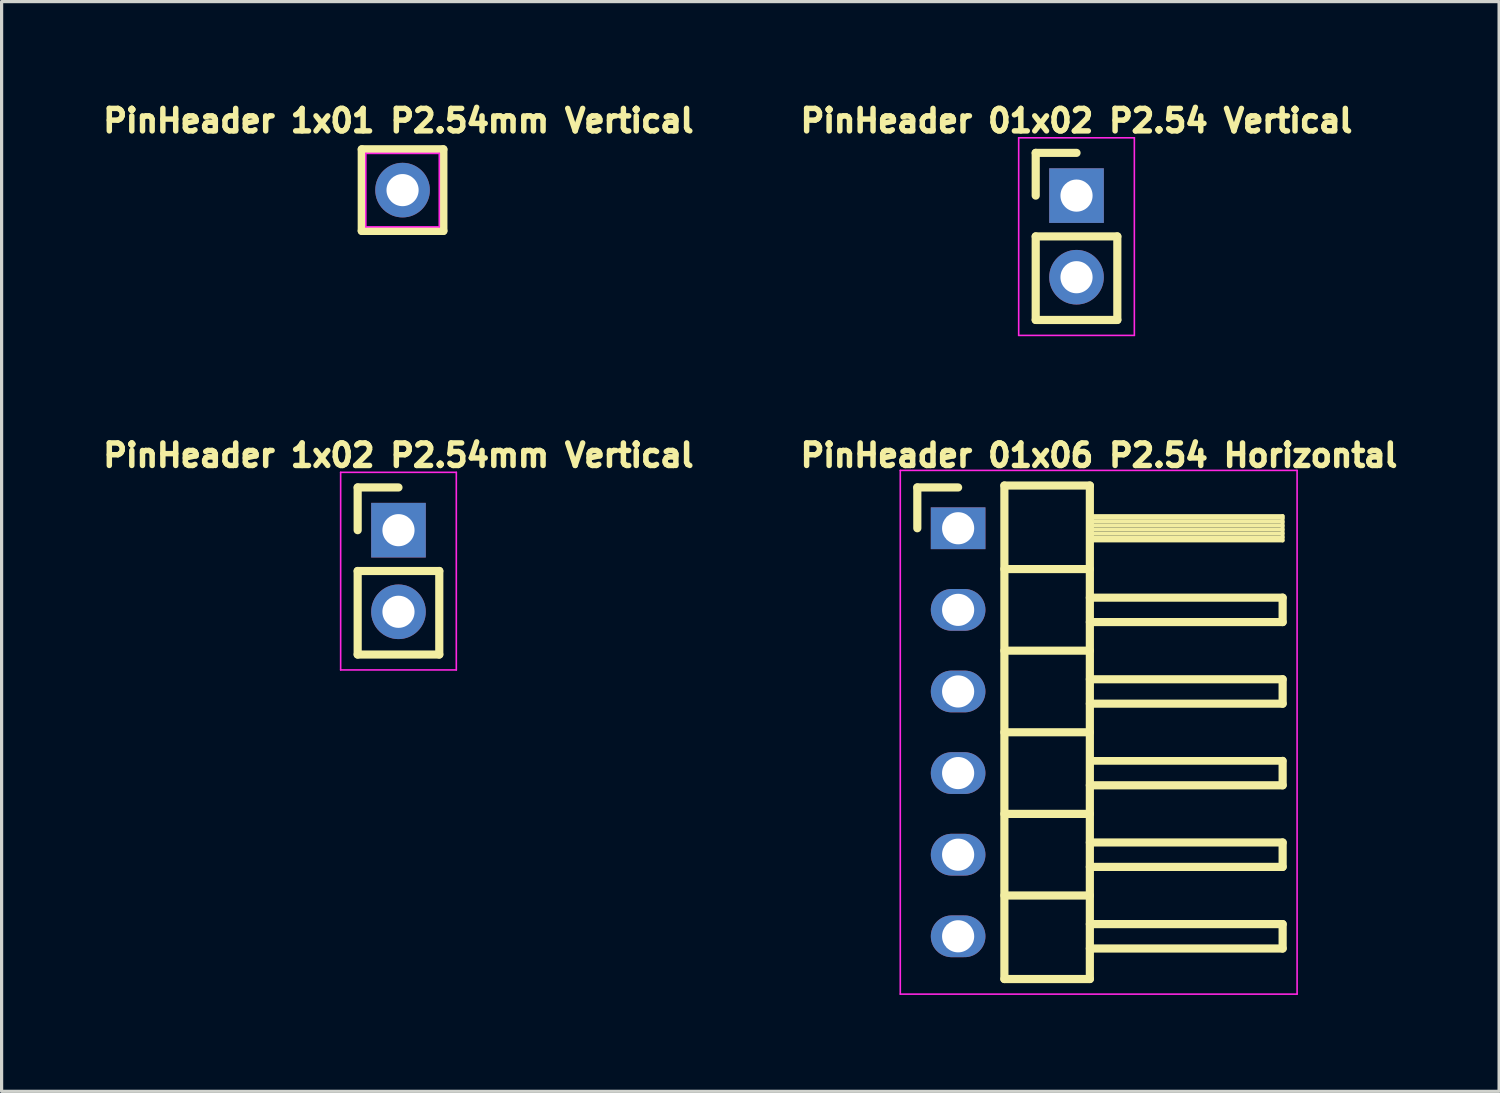
<source format=kicad_pcb>
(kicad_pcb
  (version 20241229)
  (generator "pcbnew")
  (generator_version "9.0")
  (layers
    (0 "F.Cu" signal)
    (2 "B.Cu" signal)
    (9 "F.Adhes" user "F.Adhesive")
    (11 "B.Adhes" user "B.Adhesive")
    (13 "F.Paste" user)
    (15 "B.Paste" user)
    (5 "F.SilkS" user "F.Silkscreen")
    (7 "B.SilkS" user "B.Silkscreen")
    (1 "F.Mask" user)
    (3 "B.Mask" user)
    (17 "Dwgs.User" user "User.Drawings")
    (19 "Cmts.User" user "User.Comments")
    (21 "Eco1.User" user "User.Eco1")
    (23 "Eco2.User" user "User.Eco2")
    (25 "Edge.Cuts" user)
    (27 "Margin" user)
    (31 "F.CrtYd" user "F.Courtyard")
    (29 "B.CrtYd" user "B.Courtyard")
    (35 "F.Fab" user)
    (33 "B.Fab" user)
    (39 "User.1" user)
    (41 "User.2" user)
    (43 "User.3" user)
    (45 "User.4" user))
  (footprint "PinHeader 1x02 P2.54mm Vertical"
    (layer "F.Cu")
    (at 9.352 14.721)
    (property "Reference" "PinHeader 1x02 P2.54mm Vertical" (at 0 -3.6 0) (layer "F.SilkS") (effects (font (size 0.7 0.7) (thickness 0.17))))
    (attr through_hole)
    (fp_line (start -1.27 -2.6) (end 0 -2.6) (stroke (width 0.254) (type solid)) (layer "F.SilkS"))
    (fp_line (start -1.27 -1.27) (end -1.27 -2.6) (stroke (width 0.254) (type solid)) (layer "F.SilkS"))
    (fp_line (start -1.27 0) (end -1.27 2.6) (stroke (width 0.254) (type solid)) (layer "F.SilkS"))
    (fp_line (start -1.27 0) (end 1.27 0) (stroke (width 0.254) (type solid)) (layer "F.SilkS"))
    (fp_line (start -1.27 2.6) (end 1.27 2.6) (stroke (width 0.254) (type solid)) (layer "F.SilkS"))
    (fp_line (start 1.27 0) (end 1.27 2.6) (stroke (width 0.254) (type solid)) (layer "F.SilkS"))
    (fp_line (start -1.27 0) (end 1.27 0) (stroke (width 0.254) (type solid)) (layer "Eco1.User"))
    (fp_line (start 0 -1.27) (end 0 1.27) (stroke (width 0.254) (type solid)) (layer "Eco1.User"))
    (fp_line (start -1.8 -3.07) (end -1.8 3.08) (stroke (width 0.05) (type solid)) (layer "F.CrtYd"))
    (fp_line (start -1.8 3.08) (end 1.8 3.08) (stroke (width 0.05) (type solid)) (layer "F.CrtYd"))
    (fp_line (start 1.8 -3.07) (end -1.8 -3.07) (stroke (width 0.05) (type solid)) (layer "F.CrtYd"))
    (fp_line (start 1.8 3.08) (end 1.8 -3.07) (stroke (width 0.05) (type solid)) (layer "F.CrtYd"))
    (pad "1" thru_hole rect (at 0 -1.27) (size 1.7 1.7) (drill 1) (layers "*.Cu" "*.Mask"))
    (pad "2" thru_hole oval (at 0 1.27) (size 1.7 1.7) (drill 1) (layers "*.Cu" "*.Mask")))
  (footprint "PinHeader 01x06 P2.54 Horizontal"
    (layer "F.Cu")
    (at 26.77 19.741)
    (property "Reference" "PinHeader 01x06 P2.54 Horizontal" (at 4.385 -8.62 0) (layer "F.SilkS") (effects (font (size 0.7 0.7) (thickness 0.17))))
    (attr through_hole)
    (fp_line (start -1.27 -7.62) (end 0 -7.62) (stroke (width 0.254) (type solid)) (layer "F.SilkS"))
    (fp_line (start -1.27 -6.35) (end -1.27 -7.62) (stroke (width 0.254) (type solid)) (layer "F.SilkS"))
    (fp_line (start 1.44 -7.68) (end 1.44 7.68) (stroke (width 0.254) (type solid)) (layer "F.SilkS"))
    (fp_line (start 1.44 -5.08) (end 4.1 -5.08) (stroke (width 0.254) (type solid)) (layer "F.SilkS"))
    (fp_line (start 1.44 -2.54) (end 4.1 -2.54) (stroke (width 0.254) (type solid)) (layer "F.SilkS"))
    (fp_line (start 1.44 0) (end 4.1 0) (stroke (width 0.254) (type solid)) (layer "F.SilkS"))
    (fp_line (start 1.44 2.54) (end 4.1 2.54) (stroke (width 0.254) (type solid)) (layer "F.SilkS"))
    (fp_line (start 1.44 5.08) (end 4.1 5.08) (stroke (width 0.254) (type solid)) (layer "F.SilkS"))
    (fp_line (start 1.44 7.68) (end 4.1 7.68) (stroke (width 0.254) (type solid)) (layer "F.SilkS"))
    (fp_line (start 4.1 -7.68) (end 1.44 -7.68) (stroke (width 0.254) (type solid)) (layer "F.SilkS"))
    (fp_line (start 4.1 -6.73) (end 10.1 -6.73) (stroke (width 0.12) (type solid)) (layer "F.SilkS"))
    (fp_line (start 4.1 -6.67) (end 10.1 -6.67) (stroke (width 0.12) (type solid)) (layer "F.SilkS"))
    (fp_line (start 4.1 -6.55) (end 10.1 -6.55) (stroke (width 0.12) (type solid)) (layer "F.SilkS"))
    (fp_line (start 4.1 -6.43) (end 10.1 -6.43) (stroke (width 0.12) (type solid)) (layer "F.SilkS"))
    (fp_line (start 4.1 -6.31) (end 10.1 -6.31) (stroke (width 0.12) (type solid)) (layer "F.SilkS"))
    (fp_line (start 4.1 -6.19) (end 10.1 -6.19) (stroke (width 0.12) (type solid)) (layer "F.SilkS"))
    (fp_line (start 4.1 -6.07) (end 10.1 -6.07) (stroke (width 0.12) (type solid)) (layer "F.SilkS"))
    (fp_line (start 4.1 -4.19) (end 10.1 -4.19) (stroke (width 0.254) (type solid)) (layer "F.SilkS"))
    (fp_line (start 4.1 -1.65) (end 10.1 -1.65) (stroke (width 0.254) (type solid)) (layer "F.SilkS"))
    (fp_line (start 4.1 0.89) (end 10.1 0.89) (stroke (width 0.24) (type solid)) (layer "F.SilkS"))
    (fp_line (start 4.1 3.43) (end 10.1 3.43) (stroke (width 0.254) (type solid)) (layer "F.SilkS"))
    (fp_line (start 4.1 5.97) (end 10.1 5.97) (stroke (width 0.254) (type solid)) (layer "F.SilkS"))
    (fp_line (start 4.1 7.68) (end 4.1 -7.68) (stroke (width 0.254) (type solid)) (layer "F.SilkS"))
    (fp_line (start 10.1 -6.73) (end 10.1 -5.97) (stroke (width 0.12) (type solid)) (layer "F.SilkS"))
    (fp_line (start 10.1 -5.97) (end 4.1 -5.97) (stroke (width 0.12) (type solid)) (layer "F.SilkS"))
    (fp_line (start 10.1 -4.19) (end 10.1 -3.43) (stroke (width 0.254) (type solid)) (layer "F.SilkS"))
    (fp_line (start 10.1 -3.43) (end 4.1 -3.43) (stroke (width 0.254) (type solid)) (layer "F.SilkS"))
    (fp_line (start 10.1 -1.65) (end 10.1 -0.89) (stroke (width 0.254) (type solid)) (layer "F.SilkS"))
    (fp_line (start 10.1 -0.89) (end 4.1 -0.89) (stroke (width 0.254) (type solid)) (layer "F.SilkS"))
    (fp_line (start 10.1 0.89) (end 10.1 1.65) (stroke (width 0.254) (type solid)) (layer "F.SilkS"))
    (fp_line (start 10.1 1.65) (end 4.1 1.65) (stroke (width 0.254) (type solid)) (layer "F.SilkS"))
    (fp_line (start 10.1 3.43) (end 10.1 4.19) (stroke (width 0.254) (type solid)) (layer "F.SilkS"))
    (fp_line (start 10.1 4.19) (end 4.1 4.19) (stroke (width 0.254) (type solid)) (layer "F.SilkS"))
    (fp_line (start 10.1 5.97) (end 10.1 6.73) (stroke (width 0.254) (type solid)) (layer "F.SilkS"))
    (fp_line (start 10.1 6.73) (end 4.1 6.73) (stroke (width 0.254) (type solid)) (layer "F.SilkS"))
    (fp_line (start -1.27 0) (end 1.27 0) (stroke (width 0.254) (type solid)) (layer "Eco1.User"))
    (fp_line (start 0 -1.27) (end 0 1.27) (stroke (width 0.254) (type solid)) (layer "Eco1.User"))
    (fp_line (start -1.8 -8.15) (end -1.8 8.15) (stroke (width 0.05) (type solid)) (layer "F.CrtYd"))
    (fp_line (start -1.8 8.15) (end 10.55 8.15) (stroke (width 0.05) (type solid)) (layer "F.CrtYd"))
    (fp_line (start 10.55 -8.15) (end -1.8 -8.15) (stroke (width 0.05) (type solid)) (layer "F.CrtYd"))
    (fp_line (start 10.55 8.15) (end 10.55 -8.15) (stroke (width 0.05) (type solid)) (layer "F.CrtYd"))
    (fp_line (start -0.32 -6.67) (end -0.32 -6.03) (stroke (width 0.1) (type solid)) (layer "F.Fab"))
    (fp_line (start -0.32 -4.13) (end -0.32 -3.49) (stroke (width 0.1) (type solid)) (layer "F.Fab"))
    (fp_line (start -0.32 -1.59) (end -0.32 -0.95) (stroke (width 0.1) (type solid)) (layer "F.Fab"))
    (fp_line (start -0.32 0.95) (end -0.32 1.59) (stroke (width 0.1) (type solid)) (layer "F.Fab"))
    (fp_line (start -0.32 3.49) (end -0.32 4.13) (stroke (width 0.1) (type solid)) (layer "F.Fab"))
    (fp_line (start -0.32 6.03) (end -0.32 6.67) (stroke (width 0.1) (type solid)) (layer "F.Fab"))
    (pad "1" thru_hole rect (at 0 -6.35) (size 1.7 1.3) (drill 1) (layers "*.Cu" "*.Mask"))
    (pad "2" thru_hole oval (at 0 -3.81) (size 1.7 1.3) (drill 1) (layers "*.Cu" "*.Mask"))
    (pad "3" thru_hole oval (at 0 -1.27) (size 1.7 1.3) (drill 1) (layers "*.Cu" "*.Mask"))
    (pad "4" thru_hole oval (at 0 1.27) (size 1.7 1.3) (drill 1) (layers "*.Cu" "*.Mask"))
    (pad "5" thru_hole oval (at 0 3.81) (size 1.7 1.3) (drill 1) (layers "*.Cu" "*.Mask"))
    (pad "6" thru_hole oval (at 0 6.35) (size 1.7 1.3) (drill 1) (layers "*.Cu" "*.Mask")))
  (footprint "PinHeader 1x01 P2.54mm Vertical"
    (layer "F.Cu")
    (at 9.479 2.867)
    (property "Reference" "PinHeader 1x01 P2.54mm Vertical" (at -0.127 -2.159 0) (layer "F.SilkS") (effects (font (size 0.7 0.7) (thickness 0.17))))
    (attr through_hole)
    (fp_line (start -1.27 -1.27) (end -1.27 1.27) (stroke (width 0.254) (type solid)) (layer "F.SilkS"))
    (fp_line (start -1.27 -1.27) (end 1.27 -1.27) (stroke (width 0.254) (type solid)) (layer "F.SilkS"))
    (fp_line (start -1.27 1.27) (end 1.27 1.27) (stroke (width 0.254) (type solid)) (layer "F.SilkS"))
    (fp_line (start 1.27 -1.27) (end 1.27 1.27) (stroke (width 0.254) (type solid)) (layer "F.SilkS"))
    (fp_line (start -1.143 -1.143) (end -1.143 1.143) (stroke (width 0.05) (type solid)) (layer "F.CrtYd"))
    (fp_line (start -1.143 1.143) (end 1.143 1.143) (stroke (width 0.05) (type solid)) (layer "F.CrtYd"))
    (fp_line (start 1.143 -1.143) (end -1.143 -1.143) (stroke (width 0.05) (type solid)) (layer "F.CrtYd"))
    (fp_line (start 1.143 1.143) (end 1.143 -1.143) (stroke (width 0.05) (type solid)) (layer "F.CrtYd"))
    (pad "1" thru_hole oval (at 0 0) (size 1.7 1.7) (drill 1) (layers "*.Cu" "*.Mask")))
  (footprint "PinHeader 01x02 P2.54 Vertical"
    (layer "F.Cu")
    (at 30.455 4.308)
    (property "Reference" "PinHeader 01x02 P2.54 Vertical" (at 0 -3.6 0) (layer "F.SilkS") (effects (font (size 0.7 0.7) (thickness 0.17))))
    (attr through_hole)
    (fp_line (start -1.27 -2.6) (end 0 -2.6) (stroke (width 0.254) (type solid)) (layer "F.SilkS"))
    (fp_line (start -1.27 -1.27) (end -1.27 -2.6) (stroke (width 0.254) (type solid)) (layer "F.SilkS"))
    (fp_line (start -1.27 0) (end -1.27 2.6) (stroke (width 0.254) (type solid)) (layer "F.SilkS"))
    (fp_line (start -1.27 0) (end 1.27 0) (stroke (width 0.254) (type solid)) (layer "F.SilkS"))
    (fp_line (start -1.27 2.6) (end 1.27 2.6) (stroke (width 0.254) (type solid)) (layer "F.SilkS"))
    (fp_line (start 1.27 0) (end 1.27 2.6) (stroke (width 0.254) (type solid)) (layer "F.SilkS"))
    (fp_line (start -1.27 0) (end 1.27 0) (stroke (width 0.254) (type solid)) (layer "Eco1.User"))
    (fp_line (start 0 -1.27) (end 0 1.27) (stroke (width 0.254) (type solid)) (layer "Eco1.User"))
    (fp_line (start -1.8 -3.07) (end -1.8 3.08) (stroke (width 0.05) (type solid)) (layer "F.CrtYd"))
    (fp_line (start -1.8 3.08) (end 1.8 3.08) (stroke (width 0.05) (type solid)) (layer "F.CrtYd"))
    (fp_line (start 1.8 -3.07) (end -1.8 -3.07) (stroke (width 0.05) (type solid)) (layer "F.CrtYd"))
    (fp_line (start 1.8 3.08) (end 1.8 -3.07) (stroke (width 0.05) (type solid)) (layer "F.CrtYd"))
    (pad "1" thru_hole rect (at 0 -1.27) (size 1.7 1.7) (drill 1) (layers "*.Cu" "*.Mask"))
    (pad "2" thru_hole oval (at 0 1.27) (size 1.7 1.7) (drill 1) (layers "*.Cu" "*.Mask")))
  (gr_rect
    (start -3 -3)
    (end 43.607 30.916)
    (stroke (width 0.1) (type default))
    (fill no)
    (layer "Edge.Cuts")))
</source>
